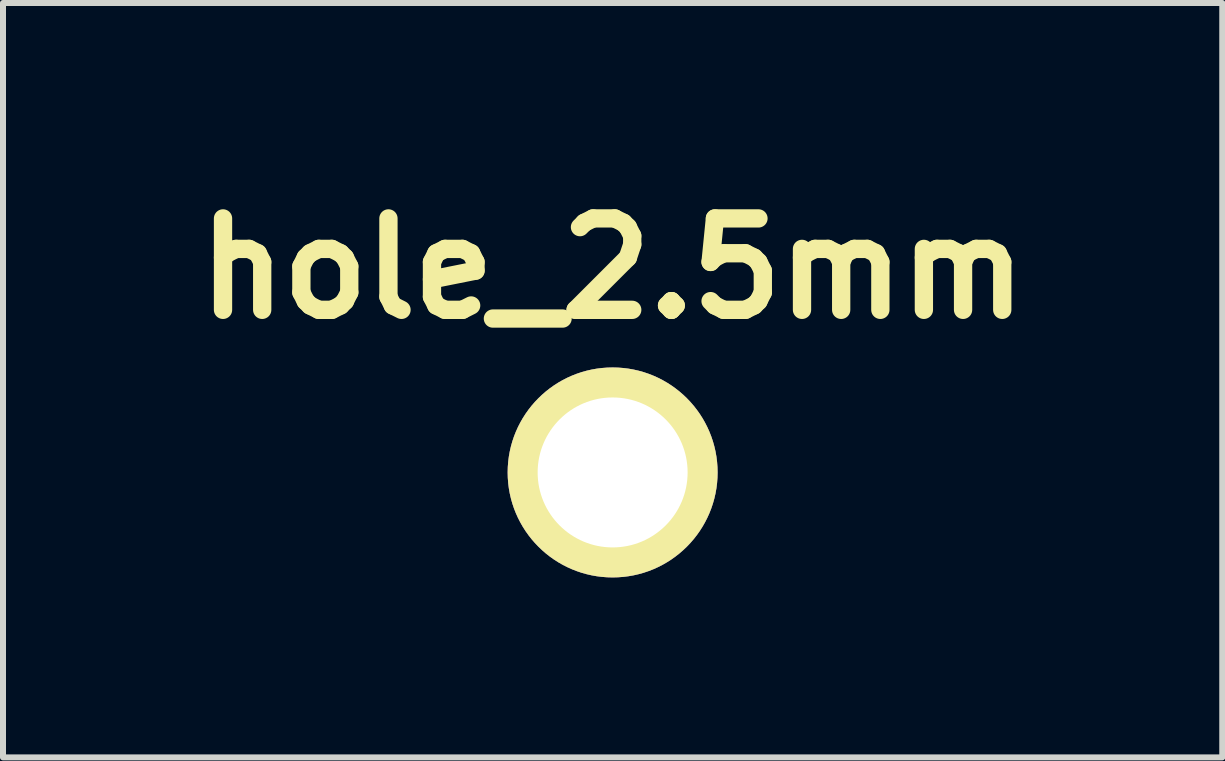
<source format=kicad_pcb>
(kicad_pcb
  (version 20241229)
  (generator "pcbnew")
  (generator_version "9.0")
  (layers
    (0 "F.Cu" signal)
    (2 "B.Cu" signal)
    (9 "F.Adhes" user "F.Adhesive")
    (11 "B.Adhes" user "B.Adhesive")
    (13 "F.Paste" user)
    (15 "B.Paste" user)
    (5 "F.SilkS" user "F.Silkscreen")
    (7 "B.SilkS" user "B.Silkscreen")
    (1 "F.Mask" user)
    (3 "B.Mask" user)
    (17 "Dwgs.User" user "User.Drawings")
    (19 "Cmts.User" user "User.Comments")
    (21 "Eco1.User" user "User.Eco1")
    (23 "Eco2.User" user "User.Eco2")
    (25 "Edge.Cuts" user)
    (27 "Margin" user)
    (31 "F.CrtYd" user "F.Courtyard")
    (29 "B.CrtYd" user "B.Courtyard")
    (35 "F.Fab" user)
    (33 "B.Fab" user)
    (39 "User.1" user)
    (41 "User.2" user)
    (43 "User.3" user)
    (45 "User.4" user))
  (footprint "hole_2.5mm"
    (layer "F.Cu")
    (at 7.163 4.826)
    (property "Reference" "hole_2.5mm" (at 0 -3.4 0) (layer "F.SilkS") (effects (font (size 1.524 1.524) (thickness 0.305))))
    (attr through_hole)
    (pad "1" thru_hole circle (at 0 0) (size 3.5 3.5) (drill 2.5) (layers "*.Cu" "*.Mask" "F.SilkS")))
  (gr_rect
    (start -3 -3)
    (end 17.326 9.576)
    (stroke (width 0.1) (type default))
    (fill no)
    (layer "Edge.Cuts")))
</source>
